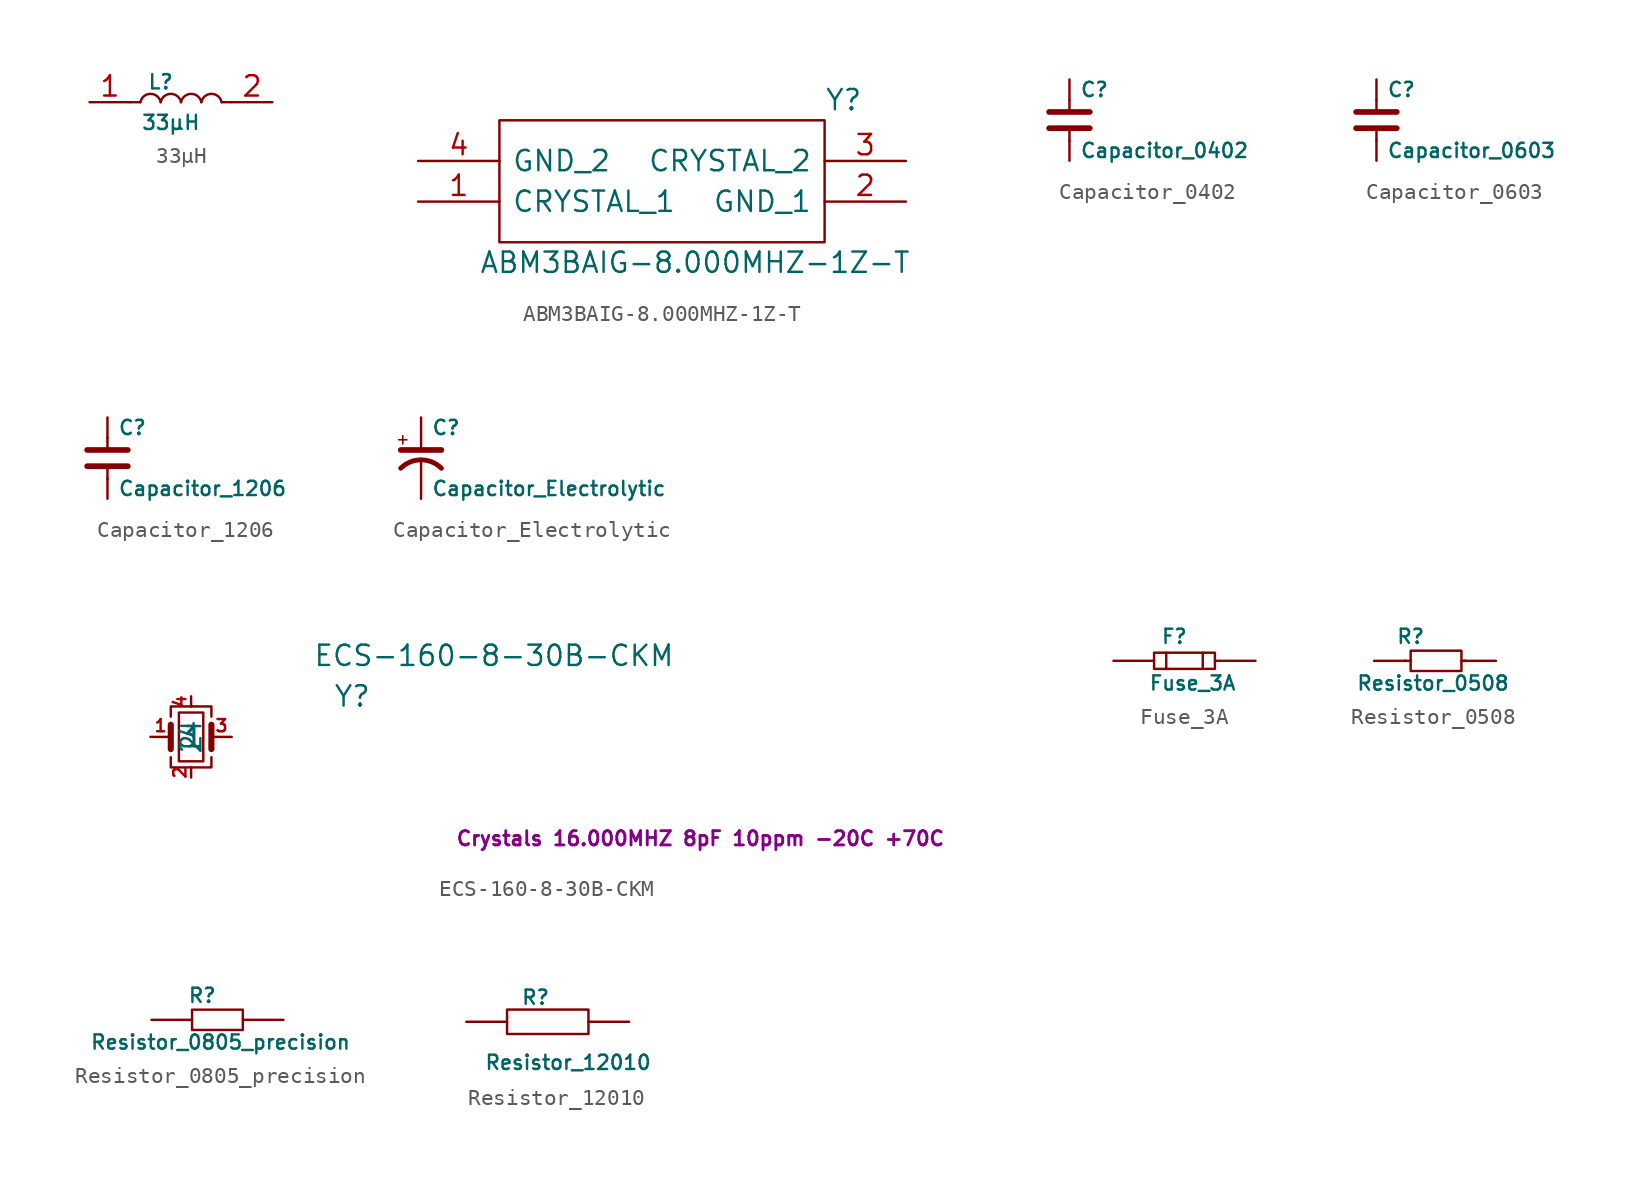
<source format=kicad_sym>
(kicad_symbol_lib
  (version 20220914)
  (generator kicad_symbol_editor)
  (symbol "33μH"
    (pin_names
      (offset 1.016))
    (property "Reference" "L"
      (at -0.635 -1.27 0)
      (effects (font (size 0.889 0.889))))
    (property "Value" "33μH"
      (at 0 -3.81 0)
      (effects (font (size 0.889 0.889))))
    (symbol "33μH_0_1"
      (rectangle (start -2.54 -2.54) (end -1.905 -2.54) (stroke (width 0) (type solid)) (fill (type none)))
      (arc (start -0.635 -2.54) (mid -1.27 -2.0194) (end -1.905 -2.54) (stroke (width 0) (type solid)) (fill (type none)))
      (rectangle (start 3.785 -2.54) (end 3.175 -2.54) (stroke (width 0) (type solid)) (fill (type none))))
    (symbol "33μH_1_1"
      (arc (start 0.635 -2.54) (mid 0 -2.0194) (end -0.635 -2.54) (stroke (width 0) (type solid)) (fill (type none)))
      (arc (start 1.905 -2.54) (mid 1.27 -2.0194) (end 0.635 -2.54) (stroke (width 0) (type solid)) (fill (type none)))
      (arc (start 3.175 -2.54) (mid 2.54 -2.0194) (end 1.905 -2.54) (stroke (width 0) (type solid)) (fill (type none)))
      (pin passive line (at -5.08 -2.54 0) (length 2.54) (name "~" (effects (font (size 1.27 1.27)))) (number "1" (effects (font (size 1.27 1.27)))))
      (pin passive line (at 6.35 -2.54 180) (length 2.54) (name "~" (effects (font (size 1.27 1.27)))) (number "2" (effects (font (size 1.27 1.27)))))))
  (symbol "ABM3BAIG-8.000MHZ-1Z-T"
    (pin_names
      (offset 0.762))
    (property "Reference" "Y"
      (at 25.4 3.81 0)
      (effects (font (size 1.27 1.27)) (justify left)))
    (property "Value" "ABM3BAIG-8.000MHZ-1Z-T"
      (at 3.81 -6.35 0)
      (effects (font (size 1.27 1.27)) (justify left)))
    (symbol "ABM3BAIG-8.000MHZ-1Z-T_0_0"
      (pin passive line (at 0 -2.54 0) (length 5.08) (name "CRYSTAL_1" (effects (font (size 1.27 1.27)))) (number "1" (effects (font (size 1.27 1.27)))))
      (pin passive line (at 30.48 -2.54 180) (length 5.08) (name "GND_1" (effects (font (size 1.27 1.27)))) (number "2" (effects (font (size 1.27 1.27)))))
      (pin passive line (at 30.48 0 180) (length 5.08) (name "CRYSTAL_2" (effects (font (size 1.27 1.27)))) (number "3" (effects (font (size 1.27 1.27)))))
      (pin passive line (at 0 0 0) (length 5.08) (name "GND_2" (effects (font (size 1.27 1.27)))) (number "4" (effects (font (size 1.27 1.27))))))
    (symbol "ABM3BAIG-8.000MHZ-1Z-T_0_1"
      (rectangle (start 5.08 2.54) (end 25.4 -5.08) (stroke (width 0) (type solid)) (fill (type none)))))
  (symbol "Capacitor_0402"
    (pin_numbers hide)
    (pin_names
      (offset 0.254))
    (property "Reference" "C"
      (at 0.635 1.905 0)
      (effects (font (size 0.889 0.889)) (justify left)))
    (property "Value" "Capacitor_0402"
      (at 0.635 -1.905 0)
      (effects (font (size 0.889 0.889)) (justify left)))
    (symbol "Capacitor_0402_0_1"
      (polyline (pts (xy -1.27 -0.508) (xy 1.27 -0.508)) (stroke (width 0.356) (type solid)) (fill (type none)))
      (polyline (pts (xy -1.27 0.508) (xy 1.27 0.508)) (stroke (width 0.356) (type solid)) (fill (type none)))
      (polyline (pts (xy 0 -1.295) (xy 0 -0.533)) (stroke (width 0) (type solid)) (fill (type none)))
      (polyline (pts (xy 0 1.27) (xy 0 0.508)) (stroke (width 0) (type solid)) (fill (type none))))
    (symbol "Capacitor_0402_1_1"
      (pin passive line (at 0 2.54 270) (length 1.27) (name "~" (effects (font (size 1.27 1.27)))) (number "1" (effects (font (size 1.27 1.27)))))
      (pin passive line (at 0 -2.54 90) (length 1.27) (name "~" (effects (font (size 1.27 1.27)))) (number "2" (effects (font (size 1.27 1.27)))))))
  (symbol "Capacitor_0603"
    (pin_numbers hide)
    (pin_names
      (offset 0.254))
    (property "Reference" "C"
      (at 0.635 1.905 0)
      (effects (font (size 0.889 0.889)) (justify left)))
    (property "Value" "Capacitor_0603"
      (at 0.635 -1.905 0)
      (effects (font (size 0.889 0.889)) (justify left)))
    (symbol "Capacitor_0603_0_1"
      (polyline (pts (xy -1.27 -0.508) (xy 1.27 -0.508)) (stroke (width 0.356) (type solid)) (fill (type none)))
      (polyline (pts (xy -1.27 0.508) (xy 1.27 0.508)) (stroke (width 0.356) (type solid)) (fill (type none)))
      (polyline (pts (xy 0 -1.295) (xy 0 -0.533)) (stroke (width 0) (type solid)) (fill (type none)))
      (polyline (pts (xy 0 1.27) (xy 0 0.508)) (stroke (width 0) (type solid)) (fill (type none))))
    (symbol "Capacitor_0603_1_1"
      (pin passive line (at 0 2.54 270) (length 1.27) (name "~" (effects (font (size 1.27 1.27)))) (number "1" (effects (font (size 1.27 1.27)))))
      (pin passive line (at 0 -2.54 90) (length 1.27) (name "~" (effects (font (size 1.27 1.27)))) (number "2" (effects (font (size 1.27 1.27)))))))
  (symbol "Capacitor_1206"
    (pin_numbers hide)
    (pin_names
      (offset 0.254))
    (property "Reference" "C"
      (at 0.635 1.905 0)
      (effects (font (size 0.889 0.889)) (justify left)))
    (property "Value" "Capacitor_1206"
      (at 0.635 -1.905 0)
      (effects (font (size 0.889 0.889)) (justify left)))
    (symbol "Capacitor_1206_0_1"
      (polyline (pts (xy -1.27 -0.508) (xy 1.27 -0.508)) (stroke (width 0.356) (type solid)) (fill (type none)))
      (polyline (pts (xy -1.27 0.508) (xy 1.27 0.508)) (stroke (width 0.356) (type solid)) (fill (type none)))
      (polyline (pts (xy 0 -1.295) (xy 0 -0.533)) (stroke (width 0) (type solid)) (fill (type none)))
      (polyline (pts (xy 0 1.27) (xy 0 0.508)) (stroke (width 0) (type solid)) (fill (type none))))
    (symbol "Capacitor_1206_1_1"
      (pin passive line (at 0 2.54 270) (length 1.27) (name "~" (effects (font (size 1.27 1.27)))) (number "1" (effects (font (size 1.27 1.27)))))
      (pin passive line (at 0 -2.54 90) (length 1.27) (name "~" (effects (font (size 1.27 1.27)))) (number "2" (effects (font (size 1.27 1.27)))))))
  (symbol "Capacitor_Electrolytic"
    (pin_numbers hide)
    (pin_names
      (offset 0.254))
    (property "Reference" "C"
      (at 0.635 1.905 0)
      (effects (font (size 0.889 0.889)) (justify left)))
    (property "Value" "Capacitor_Electrolytic"
      (at 0.635 -1.905 0)
      (effects (font (size 0.889 0.889)) (justify left)))
    (symbol "Capacitor_Electrolytic_0_1"
      (polyline (pts (xy -1.397 1.143) (xy -0.889 1.143)) (stroke (width 0.102) (type solid)) (fill (type none)))
      (polyline (pts (xy -1.27 0.508) (xy 1.27 0.508)) (stroke (width 0.356) (type solid)) (fill (type none)))
      (polyline (pts (xy -1.143 1.397) (xy -1.143 0.889)) (stroke (width 0.102) (type solid)) (fill (type none)))
      (arc (start 1.27 -0.635) (mid 0 -0.1089) (end -1.27 -0.635) (stroke (width 0.3048) (type solid)) (fill (type none))))
    (symbol "Capacitor_Electrolytic_1_1"
      (pin passive line (at 0 2.54 270) (length 2.007) (name "~" (effects (font (size 1.27 1.27)))) (number "1" (effects (font (size 1.27 1.27)))))
      (pin passive line (at 0 -2.54 90) (length 2.489) (name "~" (effects (font (size 1.27 1.27)))) (number "2" (effects (font (size 1.27 1.27)))))))
  (symbol "ECS-160-8-30B-CKM"
    (pin_names
      (offset 0.762))
    (property "Reference" "Y"
      (at 8.89 2.54 0)
      (effects (font (size 1.27 1.27)) (justify left)))
    (property "Value" "ECS-160-8-30B-CKM"
      (at 7.62 5.08 0)
      (effects (font (size 1.27 1.27)) (justify left)))
    (property "Description" "Crystals 16.000MHZ 8pF 10ppm -20C +70C"
      (at 16.51 -6.35 0)
      (effects (font (size 0.889 0.889) bold) (justify left)))
    (symbol "ECS-160-8-30B-CKM_1_1"
      (rectangle (start -0.762 -1.524) (end 0.762 1.524) (stroke (width 0) (type solid)) (fill (type none)))
      (polyline (pts (xy -1.27 -0.762) (xy -1.27 0.762)) (stroke (width 0.381) (type solid)) (fill (type none)))
      (polyline (pts (xy 1.27 -0.762) (xy 1.27 0.762)) (stroke (width 0.381) (type solid)) (fill (type none)))
      (polyline (pts (xy -1.27 -1.27) (xy -1.27 -1.905) (xy 1.27 -1.905) (xy 1.27 -1.27)) (stroke (width 0) (type solid)) (fill (type none)))
      (polyline (pts (xy -1.27 1.27) (xy -1.27 1.905) (xy 1.27 1.905) (xy 1.27 1.27)) (stroke (width 0) (type solid)) (fill (type none)))
      (pin passive line (at -2.54 0 0) (length 1.27) (name "1" (effects (font (size 1.27 1.27)))) (number "1" (effects (font (size 0.762 0.762)))))
      (pin passive line (at 0 -2.54 90) (length 0.635) (name "2" (effects (font (size 1.27 1.27)))) (number "2" (effects (font (size 0.762 0.762)))))
      (pin passive line (at 2.54 0 180) (length 1.27) (name "3" (effects (font (size 1.27 1.27)))) (number "3" (effects (font (size 0.762 0.762)))))
      (pin passive line (at 0 2.54 270) (length 0.635) (name "4" (effects (font (size 1.27 1.27)))) (number "4" (effects (font (size 0.762 0.762)))))))
  (symbol "Fuse_3A"
    (pin_numbers hide)
    (pin_names
      (offset 0) hide)
    (property "Reference" "F"
      (at -1.27 1.524 0)
      (effects (font (size 0.889 0.889))))
    (property "Value" "Fuse_3A"
      (at -0.127 -1.397 0)
      (effects (font (size 0.889 0.889))))
    (symbol "Fuse_3A_0_1"
      (rectangle (start -2.54 -0.508) (end 1.27 0.508) (stroke (width 0) (type solid)) (fill (type none)))
      (rectangle (start -1.778 0.508) (end -1.778 -0.508) (stroke (width 0) (type solid)) (fill (type none)))
      (rectangle (start 0.508 0.508) (end 0.508 -0.508) (stroke (width 0) (type solid)) (fill (type none))))
    (symbol "Fuse_3A_1_1"
      (pin passive line (at -5.08 0 0) (length 2.54) (name "~" (effects (font (size 1.27 1.27)))) (number "1" (effects (font (size 1.27 1.27)))))
      (pin passive line (at 3.81 0 180) (length 2.54) (name "~" (effects (font (size 1.27 1.27)))) (number "2" (effects (font (size 1.27 1.27)))))))
  (symbol "Resistor_0508"
    (pin_numbers hide)
    (pin_names
      (offset 0) hide)
    (property "Reference" "R"
      (at -1.524 1.524 0)
      (effects (font (size 0.889 0.889))))
    (property "Value" "Resistor_0508"
      (at -0.127 -1.397 0)
      (effects (font (size 0.889 0.889))))
    (symbol "Resistor_0508_0_1"
      (rectangle (start -1.524 0.635) (end 1.651 -0.635) (stroke (width 0) (type solid)) (fill (type none)))
      (polyline (pts (xy -1.905 0) (xy -1.524 0)) (stroke (width 0) (type solid)) (fill (type none)))
      (polyline (pts (xy 1.651 0) (xy 1.905 0)) (stroke (width 0) (type solid)) (fill (type none))))
    (symbol "Resistor_0508_1_1"
      (pin passive line (at -3.81 0 0) (length 2.007) (name "~" (effects (font (size 1.27 1.27)))) (number "1" (effects (font (size 1.27 1.27)))))
      (pin passive line (at 3.81 0 180) (length 2.007) (name "~" (effects (font (size 1.27 1.27)))) (number "2" (effects (font (size 1.27 1.27)))))))
  (symbol "Resistor_0805_precision"
    (pin_numbers hide)
    (pin_names
      (offset 0) hide)
    (property "Reference" "R"
      (at -1.27 1.524 0)
      (effects (font (size 0.889 0.889))))
    (property "Value" "Resistor_0805_precision"
      (at -0.127 -1.397 0)
      (effects (font (size 0.889 0.889))))
    (symbol "Resistor_0805_precision_0_1"
      (rectangle (start -1.905 0.635) (end 1.27 -0.635) (stroke (width 0) (type solid)) (fill (type none))))
    (symbol "Resistor_0805_precision_1_1"
      (pin passive line (at -4.445 0 0) (length 2.54) (name "~" (effects (font (size 1.27 1.27)))) (number "1" (effects (font (size 1.27 1.27)))))
      (pin passive line (at 3.81 0 180) (length 2.54) (name "~" (effects (font (size 1.27 1.27)))) (number "2" (effects (font (size 1.27 1.27)))))))
  (symbol "Resistor_12010"
    (pin_numbers hide)
    (pin_names
      (offset 0) hide)
    (property "Reference" "R"
      (at -0.762 1.524 0)
      (effects (font (size 0.889 0.889))))
    (property "Value" "Resistor_12010"
      (at 1.27 -2.54 0)
      (effects (font (size 0.889 0.889))))
    (symbol "Resistor_12010_0_1"
      (rectangle (start -2.54 0.762) (end 2.54 -0.762) (stroke (width 0) (type solid)) (fill (type none))))
    (symbol "Resistor_12010_1_1"
      (pin passive line (at -5.08 0 0) (length 2.54) (name "~" (effects (font (size 1.27 1.27)))) (number "1" (effects (font (size 1.27 1.27)))))
      (pin passive line (at 5.08 0 180) (length 2.54) (name "~" (effects (font (size 1.27 1.27)))) (number "2" (effects (font (size 1.27 1.27))))))))
</source>
